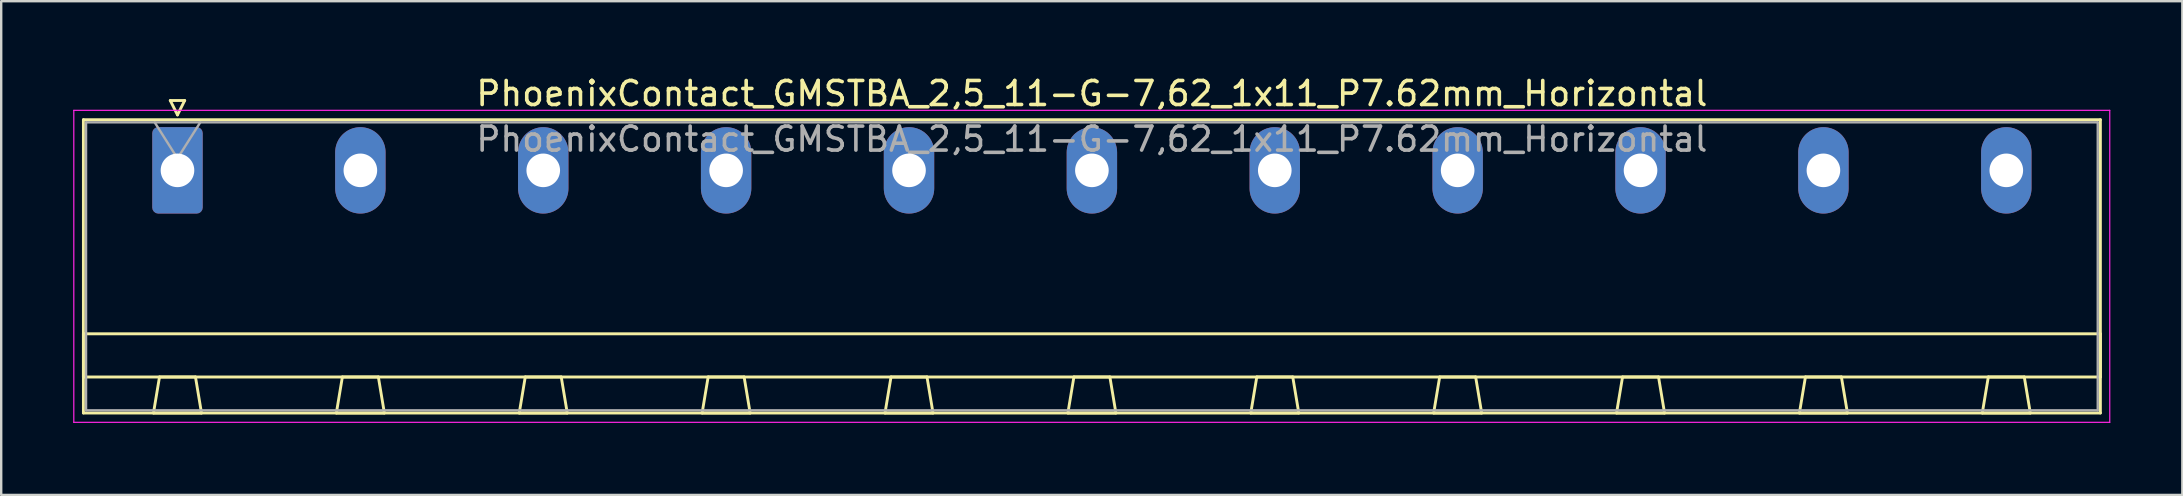
<source format=kicad_pcb>
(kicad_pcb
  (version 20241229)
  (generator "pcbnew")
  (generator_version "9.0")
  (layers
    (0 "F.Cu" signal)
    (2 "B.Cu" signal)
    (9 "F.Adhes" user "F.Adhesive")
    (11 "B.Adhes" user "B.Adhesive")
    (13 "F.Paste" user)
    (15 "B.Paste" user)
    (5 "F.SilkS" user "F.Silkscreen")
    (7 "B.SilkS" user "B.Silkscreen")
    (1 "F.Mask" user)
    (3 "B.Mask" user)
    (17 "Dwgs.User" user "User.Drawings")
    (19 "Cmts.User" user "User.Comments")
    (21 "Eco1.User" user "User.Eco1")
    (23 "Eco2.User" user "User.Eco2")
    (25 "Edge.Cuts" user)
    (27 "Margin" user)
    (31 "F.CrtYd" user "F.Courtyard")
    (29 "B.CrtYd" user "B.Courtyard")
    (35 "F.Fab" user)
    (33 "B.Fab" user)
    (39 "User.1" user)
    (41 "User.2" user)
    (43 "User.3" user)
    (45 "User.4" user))
  (footprint "PhoenixContact_GMSTBA_2,5_11-G-7,62_1x11_P7.62mm_Horizontal"
    (layer "F.Cu")
    (at 4.345 4.048)
    (property "Reference" "PhoenixContact_GMSTBA_2,5_11-G-7,62_1x11_P7.62mm_Horizontal" (at 38.1 -3.2 0) (layer "F.SilkS") (effects (font (size 1 1) (thickness 0.15))))
    (attr through_hole)
    (fp_line (start -3.92 -2.11) (end -3.92 10.11) (stroke (width 0.12) (type solid)) (layer "F.SilkS"))
    (fp_line (start -3.92 6.81) (end 80.12 6.81) (stroke (width 0.12) (type solid)) (layer "F.SilkS"))
    (fp_line (start -3.92 8.61) (end -3.92 6.81) (stroke (width 0.12) (type solid)) (layer "F.SilkS"))
    (fp_line (start -3.92 10.11) (end 80.12 10.11) (stroke (width 0.12) (type solid)) (layer "F.SilkS"))
    (fp_line (start -1 10.11) (end 1 10.11) (stroke (width 0.12) (type solid)) (layer "F.SilkS"))
    (fp_line (start -0.75 8.61) (end -1 10.11) (stroke (width 0.12) (type solid)) (layer "F.SilkS"))
    (fp_line (start -0.3 -2.91) (end 0.3 -2.91) (stroke (width 0.12) (type solid)) (layer "F.SilkS"))
    (fp_line (start 0 -2.31) (end -0.3 -2.91) (stroke (width 0.12) (type solid)) (layer "F.SilkS"))
    (fp_line (start 0.3 -2.91) (end 0 -2.31) (stroke (width 0.12) (type solid)) (layer "F.SilkS"))
    (fp_line (start 0.75 8.61) (end -0.75 8.61) (stroke (width 0.12) (type solid)) (layer "F.SilkS"))
    (fp_line (start 1 10.11) (end 0.75 8.61) (stroke (width 0.12) (type solid)) (layer "F.SilkS"))
    (fp_line (start 6.62 10.11) (end 8.62 10.11) (stroke (width 0.12) (type solid)) (layer "F.SilkS"))
    (fp_line (start 6.87 8.61) (end 6.62 10.11) (stroke (width 0.12) (type solid)) (layer "F.SilkS"))
    (fp_line (start 8.37 8.61) (end 6.87 8.61) (stroke (width 0.12) (type solid)) (layer "F.SilkS"))
    (fp_line (start 8.62 10.11) (end 8.37 8.61) (stroke (width 0.12) (type solid)) (layer "F.SilkS"))
    (fp_line (start 14.24 10.11) (end 16.24 10.11) (stroke (width 0.12) (type solid)) (layer "F.SilkS"))
    (fp_line (start 14.49 8.61) (end 14.24 10.11) (stroke (width 0.12) (type solid)) (layer "F.SilkS"))
    (fp_line (start 15.99 8.61) (end 14.49 8.61) (stroke (width 0.12) (type solid)) (layer "F.SilkS"))
    (fp_line (start 16.24 10.11) (end 15.99 8.61) (stroke (width 0.12) (type solid)) (layer "F.SilkS"))
    (fp_line (start 21.86 10.11) (end 23.86 10.11) (stroke (width 0.12) (type solid)) (layer "F.SilkS"))
    (fp_line (start 22.11 8.61) (end 21.86 10.11) (stroke (width 0.12) (type solid)) (layer "F.SilkS"))
    (fp_line (start 23.61 8.61) (end 22.11 8.61) (stroke (width 0.12) (type solid)) (layer "F.SilkS"))
    (fp_line (start 23.86 10.11) (end 23.61 8.61) (stroke (width 0.12) (type solid)) (layer "F.SilkS"))
    (fp_line (start 29.48 10.11) (end 31.48 10.11) (stroke (width 0.12) (type solid)) (layer "F.SilkS"))
    (fp_line (start 29.73 8.61) (end 29.48 10.11) (stroke (width 0.12) (type solid)) (layer "F.SilkS"))
    (fp_line (start 31.23 8.61) (end 29.73 8.61) (stroke (width 0.12) (type solid)) (layer "F.SilkS"))
    (fp_line (start 31.48 10.11) (end 31.23 8.61) (stroke (width 0.12) (type solid)) (layer "F.SilkS"))
    (fp_line (start 37.1 10.11) (end 39.1 10.11) (stroke (width 0.12) (type solid)) (layer "F.SilkS"))
    (fp_line (start 37.35 8.61) (end 37.1 10.11) (stroke (width 0.12) (type solid)) (layer "F.SilkS"))
    (fp_line (start 38.85 8.61) (end 37.35 8.61) (stroke (width 0.12) (type solid)) (layer "F.SilkS"))
    (fp_line (start 39.1 10.11) (end 38.85 8.61) (stroke (width 0.12) (type solid)) (layer "F.SilkS"))
    (fp_line (start 44.72 10.11) (end 46.72 10.11) (stroke (width 0.12) (type solid)) (layer "F.SilkS"))
    (fp_line (start 44.97 8.61) (end 44.72 10.11) (stroke (width 0.12) (type solid)) (layer "F.SilkS"))
    (fp_line (start 46.47 8.61) (end 44.97 8.61) (stroke (width 0.12) (type solid)) (layer "F.SilkS"))
    (fp_line (start 46.72 10.11) (end 46.47 8.61) (stroke (width 0.12) (type solid)) (layer "F.SilkS"))
    (fp_line (start 52.34 10.11) (end 54.34 10.11) (stroke (width 0.12) (type solid)) (layer "F.SilkS"))
    (fp_line (start 52.59 8.61) (end 52.34 10.11) (stroke (width 0.12) (type solid)) (layer "F.SilkS"))
    (fp_line (start 54.09 8.61) (end 52.59 8.61) (stroke (width 0.12) (type solid)) (layer "F.SilkS"))
    (fp_line (start 54.34 10.11) (end 54.09 8.61) (stroke (width 0.12) (type solid)) (layer "F.SilkS"))
    (fp_line (start 59.96 10.11) (end 61.96 10.11) (stroke (width 0.12) (type solid)) (layer "F.SilkS"))
    (fp_line (start 60.21 8.61) (end 59.96 10.11) (stroke (width 0.12) (type solid)) (layer "F.SilkS"))
    (fp_line (start 61.71 8.61) (end 60.21 8.61) (stroke (width 0.12) (type solid)) (layer "F.SilkS"))
    (fp_line (start 61.96 10.11) (end 61.71 8.61) (stroke (width 0.12) (type solid)) (layer "F.SilkS"))
    (fp_line (start 67.58 10.11) (end 69.58 10.11) (stroke (width 0.12) (type solid)) (layer "F.SilkS"))
    (fp_line (start 67.83 8.61) (end 67.58 10.11) (stroke (width 0.12) (type solid)) (layer "F.SilkS"))
    (fp_line (start 69.33 8.61) (end 67.83 8.61) (stroke (width 0.12) (type solid)) (layer "F.SilkS"))
    (fp_line (start 69.58 10.11) (end 69.33 8.61) (stroke (width 0.12) (type solid)) (layer "F.SilkS"))
    (fp_line (start 75.2 10.11) (end 77.2 10.11) (stroke (width 0.12) (type solid)) (layer "F.SilkS"))
    (fp_line (start 75.45 8.61) (end 75.2 10.11) (stroke (width 0.12) (type solid)) (layer "F.SilkS"))
    (fp_line (start 76.95 8.61) (end 75.45 8.61) (stroke (width 0.12) (type solid)) (layer "F.SilkS"))
    (fp_line (start 77.2 10.11) (end 76.95 8.61) (stroke (width 0.12) (type solid)) (layer "F.SilkS"))
    (fp_line (start 80.12 -2.11) (end -3.92 -2.11) (stroke (width 0.12) (type solid)) (layer "F.SilkS"))
    (fp_line (start 80.12 6.81) (end 80.12 8.61) (stroke (width 0.12) (type solid)) (layer "F.SilkS"))
    (fp_line (start 80.12 8.61) (end -3.92 8.61) (stroke (width 0.12) (type solid)) (layer "F.SilkS"))
    (fp_line (start 80.12 10.11) (end 80.12 -2.11) (stroke (width 0.12) (type solid)) (layer "F.SilkS"))
    (fp_line (start -4.32 -2.5) (end -4.32 10.5) (stroke (width 0.05) (type solid)) (layer "F.CrtYd"))
    (fp_line (start -4.32 10.5) (end 80.51 10.5) (stroke (width 0.05) (type solid)) (layer "F.CrtYd"))
    (fp_line (start 80.51 -2.5) (end -4.32 -2.5) (stroke (width 0.05) (type solid)) (layer "F.CrtYd"))
    (fp_line (start 80.51 10.5) (end 80.51 -2.5) (stroke (width 0.05) (type solid)) (layer "F.CrtYd"))
    (fp_line (start -3.81 -2) (end -3.81 10) (stroke (width 0.1) (type solid)) (layer "F.Fab"))
    (fp_line (start -3.81 10) (end 80.01 10) (stroke (width 0.1) (type solid)) (layer "F.Fab"))
    (fp_line (start 0 -0.5) (end -0.95 -2) (stroke (width 0.1) (type solid)) (layer "F.Fab"))
    (fp_line (start 0.95 -2) (end 0 -0.5) (stroke (width 0.1) (type solid)) (layer "F.Fab"))
    (fp_line (start 80.01 -2) (end -3.81 -2) (stroke (width 0.1) (type solid)) (layer "F.Fab"))
    (fp_line (start 80.01 10) (end 80.01 -2) (stroke (width 0.1) (type solid)) (layer "F.Fab"))
    (fp_text user "${REFERENCE}" (at 38.1 -1.3 0) (layer "F.Fab") (effects (font (size 1 1) (thickness 0.15))))
    (pad "1" thru_hole roundrect (at 0 0) (size 2.1 3.6) (drill 1.4) (layers "*.Cu" "*.Mask") (roundrect_rratio 0.119))
    (pad "2" thru_hole oval (at 7.62 0) (size 2.1 3.6) (drill 1.4) (layers "*.Cu" "*.Mask"))
    (pad "3" thru_hole oval (at 15.24 0) (size 2.1 3.6) (drill 1.4) (layers "*.Cu" "*.Mask"))
    (pad "4" thru_hole oval (at 22.86 0) (size 2.1 3.6) (drill 1.4) (layers "*.Cu" "*.Mask"))
    (pad "5" thru_hole oval (at 30.48 0) (size 2.1 3.6) (drill 1.4) (layers "*.Cu" "*.Mask"))
    (pad "6" thru_hole oval (at 38.1 0) (size 2.1 3.6) (drill 1.4) (layers "*.Cu" "*.Mask"))
    (pad "7" thru_hole oval (at 45.72 0) (size 2.1 3.6) (drill 1.4) (layers "*.Cu" "*.Mask"))
    (pad "8" thru_hole oval (at 53.34 0) (size 2.1 3.6) (drill 1.4) (layers "*.Cu" "*.Mask"))
    (pad "9" thru_hole oval (at 60.96 0) (size 2.1 3.6) (drill 1.4) (layers "*.Cu" "*.Mask"))
    (pad "10" thru_hole oval (at 68.58 0) (size 2.1 3.6) (drill 1.4) (layers "*.Cu" "*.Mask"))
    (pad "11" thru_hole oval (at 76.2 0) (size 2.1 3.6) (drill 1.4) (layers "*.Cu" "*.Mask")))
  (gr_rect
    (start -3 -3)
    (end 87.88 17.573)
    (stroke (width 0.1) (type default))
    (fill no)
    (layer "Edge.Cuts")))
</source>
